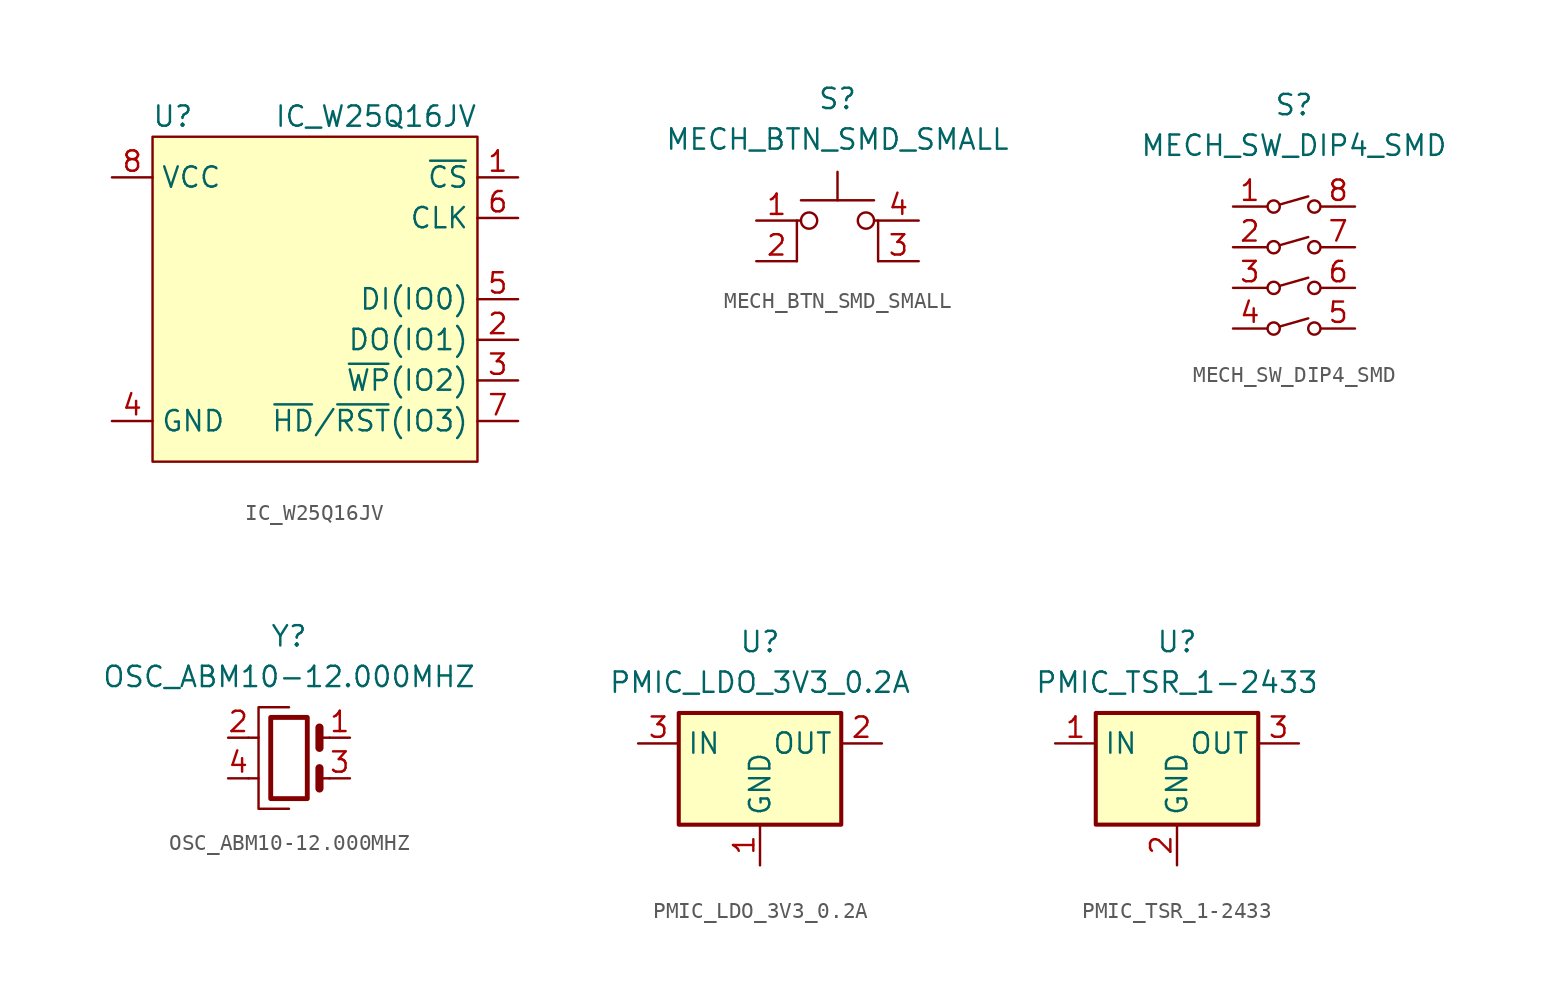
<source format=kicad_sym>
(kicad_symbol_lib
  (version 20220126)
  (generator kicad_symbol_editor)
  (symbol "IC_W25Q16JV"
    (property "Reference" "U"
      (at -8.89 10.16 0)
      (effects (font (size 1.27 1.27))))
    (property "Value" "IC_W25Q16JV"
      (at 3.81 10.16 0)
      (effects (font (size 1.27 1.27))))
    (symbol "IC_W25Q16JV_0_1"
      (rectangle (start -10.16 8.89) (end 10.16 -11.43) (stroke (width 0) (type default)) (fill (type background))))
    (symbol "IC_W25Q16JV_1_1"
      (pin input line (at 12.7 6.35 180) (length 2.54) (name "~{CS}" (effects (font (size 1.27 1.27)))) (number "1" (effects (font (size 1.27 1.27)))))
      (pin bidirectional line (at 12.7 -3.81 180) (length 2.54) (name "DO(IO1)" (effects (font (size 1.27 1.27)))) (number "2" (effects (font (size 1.27 1.27)))))
      (pin bidirectional line (at 12.7 -6.35 180) (length 2.54) (name "~{WP}(IO2)" (effects (font (size 1.27 1.27)))) (number "3" (effects (font (size 1.27 1.27)))))
      (pin power_in line (at -12.7 -8.89 0) (length 2.54) (name "GND" (effects (font (size 1.27 1.27)))) (number "4" (effects (font (size 1.27 1.27)))))
      (pin bidirectional line (at 12.7 -1.27 180) (length 2.54) (name "DI(IO0)" (effects (font (size 1.27 1.27)))) (number "5" (effects (font (size 1.27 1.27)))))
      (pin input line (at 12.7 3.81 180) (length 2.54) (name "CLK" (effects (font (size 1.27 1.27)))) (number "6" (effects (font (size 1.27 1.27)))))
      (pin bidirectional line (at 12.7 -8.89 180) (length 2.54) (name "~{HD}/~{RST}(IO3)" (effects (font (size 1.27 1.27)))) (number "7" (effects (font (size 1.27 1.27)))))
      (pin power_in line (at -12.7 6.35 0) (length 2.54) (name "VCC" (effects (font (size 1.27 1.27)))) (number "8" (effects (font (size 1.27 1.27)))))))
  (symbol "MECH_BTN_SMD_SMALL"
    (property "Reference" "S"
      (at 0 7.62 0)
      (effects (font (size 1.27 1.27))))
    (property "Value" "MECH_BTN_SMD_SMALL"
      (at 0 5.08 0)
      (effects (font (size 1.27 1.27))))
    (symbol "MECH_BTN_SMD_SMALL_0_1"
      (circle (center -1.778 0) (radius 0.508) (stroke (width 0) (type default)) (fill (type none)))
      (polyline (pts (xy -2.286 1.27) (xy 2.286 1.27)) (stroke (width 0) (type default)) (fill (type none)))
      (polyline (pts (xy 0 1.27) (xy 0 3.048)) (stroke (width 0) (type default)) (fill (type none)))
      (polyline (pts (xy -2.54 -2.54) (xy -2.54 0) (xy -2.286 0)) (stroke (width 0) (type default)) (fill (type none)))
      (polyline (pts (xy 2.54 -2.54) (xy 2.54 0) (xy 2.286 0)) (stroke (width 0) (type default)) (fill (type none)))
      (circle (center 1.778 0) (radius 0.508) (stroke (width 0) (type default)) (fill (type none)))
      (pin passive line (at -5.08 0 0) (length 2.54) (name "" (effects (font (size 1.27 1.27)))) (number "1" (effects (font (size 1.27 1.27)))))
      (pin passive line (at -5.08 -2.54 0) (length 2.54) (name "" (effects (font (size 1.27 1.27)))) (number "2" (effects (font (size 1.27 1.27)))))
      (pin passive line (at 5.08 -2.54 180) (length 2.54) (name "" (effects (font (size 1.27 1.27)))) (number "3" (effects (font (size 1.27 1.27)))))
      (pin passive line (at 5.08 0 180) (length 2.54) (name "" (effects (font (size 1.27 1.27)))) (number "4" (effects (font (size 1.27 1.27)))))))
  (symbol "MECH_SW_DIP4_SMD"
    (property "Reference" "S"
      (at 0 6.35 0)
      (effects (font (size 1.27 1.27))))
    (property "Value" "MECH_SW_DIP4_SMD"
      (at 0 3.81 0)
      (effects (font (size 1.27 1.27))))
    (symbol "MECH_SW_DIP4_SMD_0_1"
      (circle (center -1.27 -7.62) (radius 0.381) (stroke (width 0) (type default)) (fill (type none)))
      (circle (center -1.27 -5.08) (radius 0.381) (stroke (width 0) (type default)) (fill (type none)))
      (circle (center -1.27 -2.54) (radius 0.381) (stroke (width 0) (type default)) (fill (type none)))
      (circle (center -1.27 0) (radius 0.381) (stroke (width 0) (type default)) (fill (type none)))
      (polyline (pts (xy -0.889 -7.493) (xy 0.889 -6.985)) (stroke (width 0) (type default)) (fill (type none)))
      (polyline (pts (xy -0.889 -4.953) (xy 0.889 -4.445)) (stroke (width 0) (type default)) (fill (type none)))
      (polyline (pts (xy -0.889 -2.413) (xy 0.889 -1.905)) (stroke (width 0) (type default)) (fill (type none)))
      (polyline (pts (xy -0.889 0.127) (xy 0.889 0.635)) (stroke (width 0) (type default)) (fill (type none)))
      (circle (center 1.27 -7.62) (radius 0.381) (stroke (width 0) (type default)) (fill (type none)))
      (circle (center 1.27 -5.08) (radius 0.381) (stroke (width 0) (type default)) (fill (type none)))
      (circle (center 1.27 -2.54) (radius 0.381) (stroke (width 0) (type default)) (fill (type none)))
      (circle (center 1.27 0) (radius 0.381) (stroke (width 0) (type default)) (fill (type none)))
      (pin passive line (at -3.81 0 0) (length 2.1) (name "" (effects (font (size 1.27 1.27)))) (number "1" (effects (font (size 1.27 1.27)))))
      (pin passive line (at -3.81 -2.54 0) (length 2.1) (name "" (effects (font (size 1.27 1.27)))) (number "2" (effects (font (size 1.27 1.27)))))
      (pin passive line (at -3.81 -5.08 0) (length 2.1) (name "" (effects (font (size 1.27 1.27)))) (number "3" (effects (font (size 1.27 1.27)))))
      (pin passive line (at -3.81 -7.62 0) (length 2.1) (name "" (effects (font (size 1.27 1.27)))) (number "4" (effects (font (size 1.27 1.27)))))
      (pin passive line (at 3.81 -7.62 180) (length 2.1) (name "" (effects (font (size 1.27 1.27)))) (number "5" (effects (font (size 1.27 1.27)))))
      (pin passive line (at 3.81 -5.08 180) (length 2.1) (name "" (effects (font (size 1.27 1.27)))) (number "6" (effects (font (size 1.27 1.27)))))
      (pin passive line (at 3.81 -2.54 180) (length 2.1) (name "" (effects (font (size 1.27 1.27)))) (number "7" (effects (font (size 1.27 1.27)))))
      (pin passive line (at 3.81 0 180) (length 2.1) (name "" (effects (font (size 1.27 1.27)))) (number "8" (effects (font (size 1.27 1.27)))))))
  (symbol "OSC_ABM10-12.000MHZ"
    (property "Reference" "Y"
      (at 0 7.62 0)
      (effects (font (size 1.27 1.27))))
    (property "Value" "OSC_ABM10-12.000MHZ"
      (at 0 5.08 0)
      (effects (font (size 1.27 1.27))))
    (symbol "OSC_ABM10-12.000MHZ_0_1"
      (rectangle (start -1.143 2.54) (end 1.143 -2.54) (stroke (width 0.305) (type default)) (fill (type none)))
      (polyline (pts (xy -2.54 -1.27) (xy -1.905 -1.27)) (stroke (width 0) (type default)) (fill (type none)))
      (polyline (pts (xy -2.54 1.27) (xy -1.905 1.27)) (stroke (width 0) (type default)) (fill (type none)))
      (polyline (pts (xy 1.905 -1.905) (xy 1.905 -0.635)) (stroke (width 0.508) (type default)) (fill (type none)))
      (polyline (pts (xy 1.905 0.635) (xy 1.905 1.905)) (stroke (width 0.508) (type default)) (fill (type none)))
      (polyline (pts (xy 2.54 -1.27) (xy 2.032 -1.27)) (stroke (width 0) (type default)) (fill (type none)))
      (polyline (pts (xy 2.54 1.27) (xy 2.032 1.27)) (stroke (width 0) (type default)) (fill (type none)))
      (polyline (pts (xy 0 -3.175) (xy -1.905 -3.175) (xy -1.905 3.175) (xy 0 3.175)) (stroke (width 0) (type default)) (fill (type none))))
    (symbol "OSC_ABM10-12.000MHZ_1_1"
      (pin passive line (at 3.81 1.27 180) (length 1.27) (name "" (effects (font (size 1.27 1.27)))) (number "1" (effects (font (size 1.27 1.27)))))
      (pin passive line (at -3.81 1.27 0) (length 1.27) (name "" (effects (font (size 1.27 1.27)))) (number "2" (effects (font (size 1.27 1.27)))))
      (pin passive line (at 3.81 -1.27 180) (length 1.27) (name "" (effects (font (size 1.27 1.27)))) (number "3" (effects (font (size 1.27 1.27)))))
      (pin passive line (at -3.81 -1.27 0) (length 1.27) (name "" (effects (font (size 1.27 1.27)))) (number "4" (effects (font (size 1.27 1.27)))))))
  (symbol "PMIC_LDO_3V3_0.2A"
    (property "Reference" "U"
      (at 0 6.35 0)
      (effects (font (size 1.27 1.27))))
    (property "Value" "PMIC_LDO_3V3_0.2A"
      (at 0 3.81 0)
      (effects (font (size 1.27 1.27))))
    (symbol "PMIC_LDO_3V3_0.2A_0_1"
      (rectangle (start -5.08 1.905) (end 5.08 -5.08) (stroke (width 0.254) (type default)) (fill (type background))))
    (symbol "PMIC_LDO_3V3_0.2A_1_1"
      (pin power_in line (at 0 -7.62 90) (length 2.54) (name "GND" (effects (font (size 1.27 1.27)))) (number "1" (effects (font (size 1.27 1.27)))))
      (pin power_out line (at 7.62 0 180) (length 2.54) (name "OUT" (effects (font (size 1.27 1.27)))) (number "2" (effects (font (size 1.27 1.27)))))
      (pin power_in line (at -7.62 0 0) (length 2.54) (name "IN" (effects (font (size 1.27 1.27)))) (number "3" (effects (font (size 1.27 1.27)))))))
  (symbol "PMIC_TSR_1-2433"
    (property "Reference" "U"
      (at 0 6.35 0)
      (effects (font (size 1.27 1.27))))
    (property "Value" "PMIC_TSR_1-2433"
      (at 0 3.81 0)
      (effects (font (size 1.27 1.27))))
    (symbol "PMIC_TSR_1-2433_0_1"
      (rectangle (start -5.08 1.905) (end 5.08 -5.08) (stroke (width 0.254) (type default)) (fill (type background))))
    (symbol "PMIC_TSR_1-2433_1_1"
      (pin power_in line (at -7.62 0 0) (length 2.54) (name "IN" (effects (font (size 1.27 1.27)))) (number "1" (effects (font (size 1.27 1.27)))))
      (pin power_in line (at 0 -7.62 90) (length 2.54) (name "GND" (effects (font (size 1.27 1.27)))) (number "2" (effects (font (size 1.27 1.27)))))
      (pin power_out line (at 7.62 0 180) (length 2.54) (name "OUT" (effects (font (size 1.27 1.27)))) (number "3" (effects (font (size 1.27 1.27))))))))
</source>
